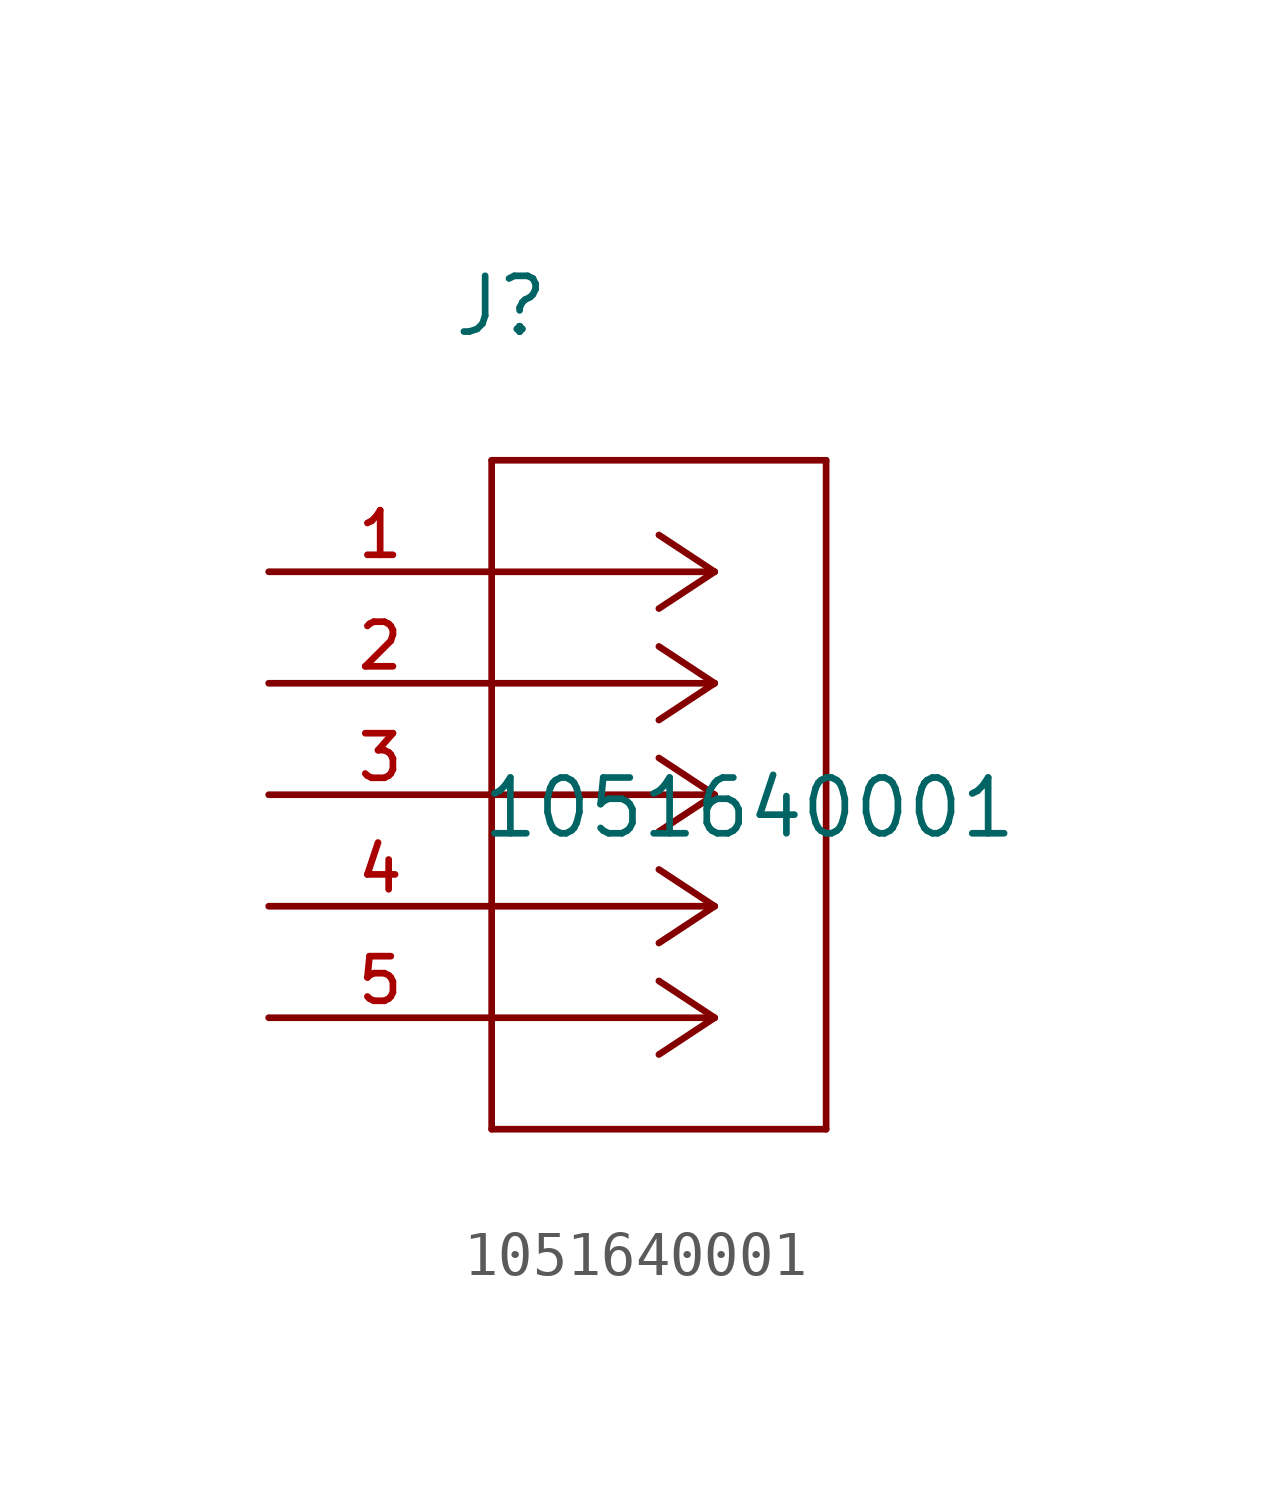
<source format=kicad_sym>
(kicad_symbol_lib
  (version 20211014)
  (generator kicad_symbol_editor)
  (symbol "1051640001"
    (pin_names
      (offset 1.016))
    (property "Reference" "J"
      (at 4.166 5.309 0.0)
      (effects (font (size 1.27 1.27)) (justify bottom left)))
    (property "Value" "1051640001"
      (at 4.801 -6.121 0.0)
      (effects (font (size 1.27 1.27)) (justify bottom left)))
    (symbol "1051640001_0_0"
      (polyline (pts (xy 10.16 0.0) (xy 5.08 0.0)) (stroke (width 0.152)))
      (polyline (pts (xy 10.16 -2.54) (xy 5.08 -2.54)) (stroke (width 0.152)))
      (polyline (pts (xy 10.16 -5.08) (xy 5.08 -5.08)) (stroke (width 0.152)))
      (polyline (pts (xy 10.16 -7.62) (xy 5.08 -7.62)) (stroke (width 0.152)))
      (polyline (pts (xy 10.16 -10.16) (xy 5.08 -10.16)) (stroke (width 0.152)))
      (polyline (pts (xy 10.16 0.0) (xy 8.89 0.838)) (stroke (width 0.152)))
      (polyline (pts (xy 10.16 -2.54) (xy 8.89 -1.702)) (stroke (width 0.152)))
      (polyline (pts (xy 10.16 -5.08) (xy 8.89 -4.242)) (stroke (width 0.152)))
      (polyline (pts (xy 10.16 -7.62) (xy 8.89 -6.782)) (stroke (width 0.152)))
      (polyline (pts (xy 10.16 -10.16) (xy 8.89 -9.322)) (stroke (width 0.152)))
      (polyline (pts (xy 10.16 0.0) (xy 8.89 -0.838)) (stroke (width 0.152)))
      (polyline (pts (xy 10.16 -2.54) (xy 8.89 -3.378)) (stroke (width 0.152)))
      (polyline (pts (xy 10.16 -5.08) (xy 8.89 -5.918)) (stroke (width 0.152)))
      (polyline (pts (xy 10.16 -7.62) (xy 8.89 -8.458)) (stroke (width 0.152)))
      (polyline (pts (xy 10.16 -10.16) (xy 8.89 -10.998)) (stroke (width 0.152)))
      (polyline (pts (xy 5.08 2.54) (xy 5.08 -12.7)) (stroke (width 0.152)))
      (polyline (pts (xy 5.08 -12.7) (xy 12.7 -12.7)) (stroke (width 0.152)))
      (polyline (pts (xy 12.7 -12.7) (xy 12.7 2.54)) (stroke (width 0.152)))
      (polyline (pts (xy 12.7 2.54) (xy 5.08 2.54)) (stroke (width 0.152)))
      (pin passive line (at 0.0 0.0 0) (length 5.08) (name "~" (effects (font (size 1.016 1.016)))) (number "1" (effects (font (size 1.016 1.016)))))
      (pin passive line (at 0.0 -2.54 0) (length 5.08) (name "~" (effects (font (size 1.016 1.016)))) (number "2" (effects (font (size 1.016 1.016)))))
      (pin passive line (at 0.0 -5.08 0) (length 5.08) (name "~" (effects (font (size 1.016 1.016)))) (number "3" (effects (font (size 1.016 1.016)))))
      (pin passive line (at 0.0 -7.62 0) (length 5.08) (name "~" (effects (font (size 1.016 1.016)))) (number "4" (effects (font (size 1.016 1.016)))))
      (pin passive line (at 0.0 -10.16 0) (length 5.08) (name "~" (effects (font (size 1.016 1.016)))) (number "5" (effects (font (size 1.016 1.016))))))))
</source>
